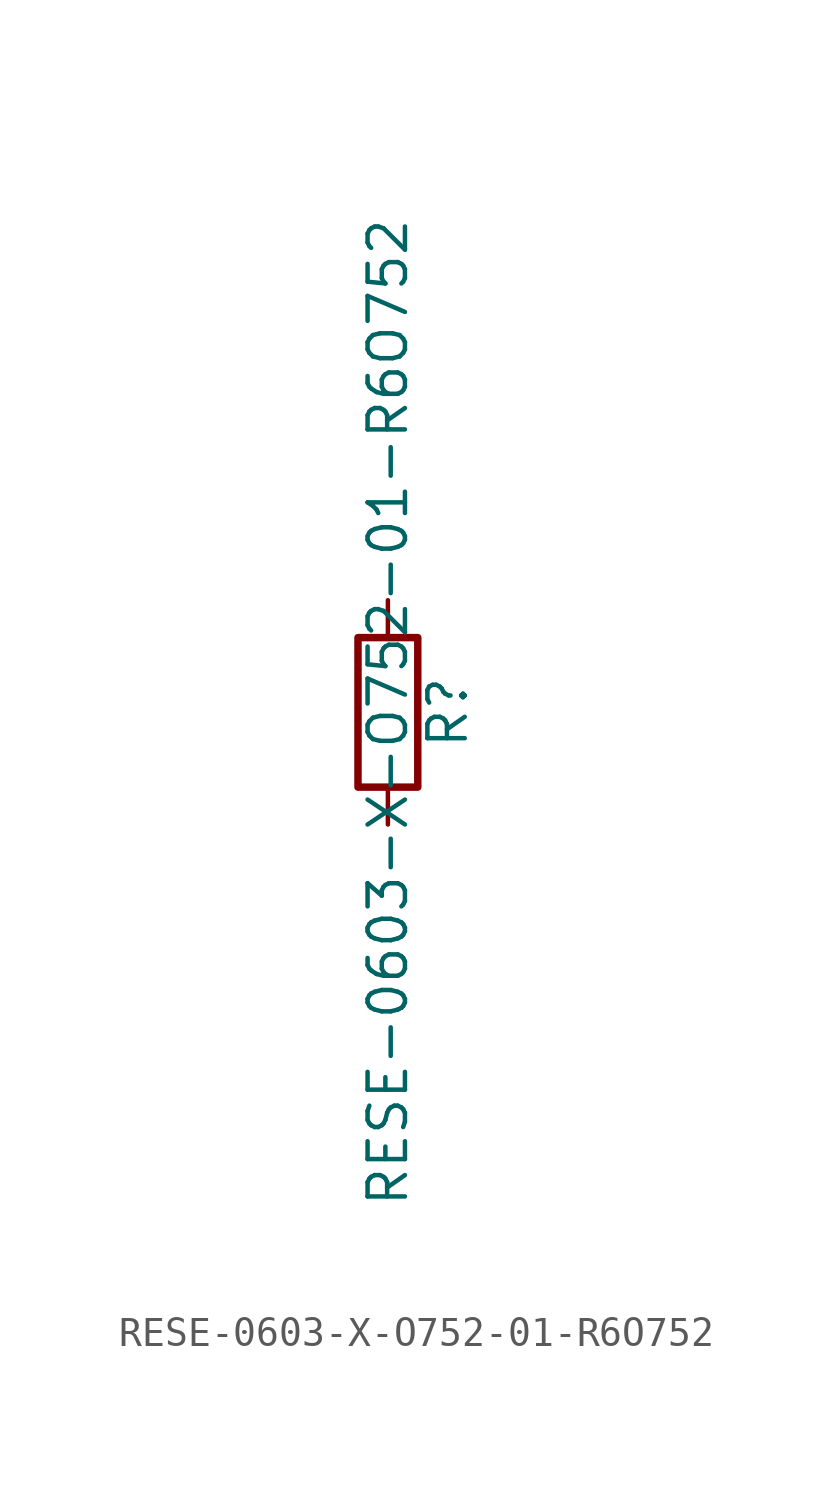
<source format=kicad_sym>
(kicad_symbol_lib
  (version 20211014)
  (generator kicad_symbol_editor)
  (symbol "RESE-0603-X-O752-01-R6O752"
    (pin_numbers hide)
    (pin_names
      (offset 0))
    (property "Reference" "R"
      (at 2.032 0 90)
      (effects (font (size 1.27 1.27))))
    (property "Value" "RESE-0603-X-O752-01-R6O752"
      (at 0 0 90)
      (effects (font (size 1.27 1.27))))
    (symbol "RESE-0603-X-O752-01-R6O752_0_1"
      (rectangle (start -1.016 -2.54) (end 1.016 2.54) (stroke (width 0.254) (type default) (color 0 0 0 0)) (fill (type none))))
    (symbol "RESE-0603-X-O752-01-R6O752_1_1"
      (pin passive line (at 0 3.81 270) (length 1.27) (name "~" (effects (font (size 1.27 1.27)))) (number "1" (effects (font (size 1.27 1.27)))))
      (pin passive line (at 0 -3.81 90) (length 1.27) (name "~" (effects (font (size 1.27 1.27)))) (number "2" (effects (font (size 1.27 1.27))))))))
</source>
